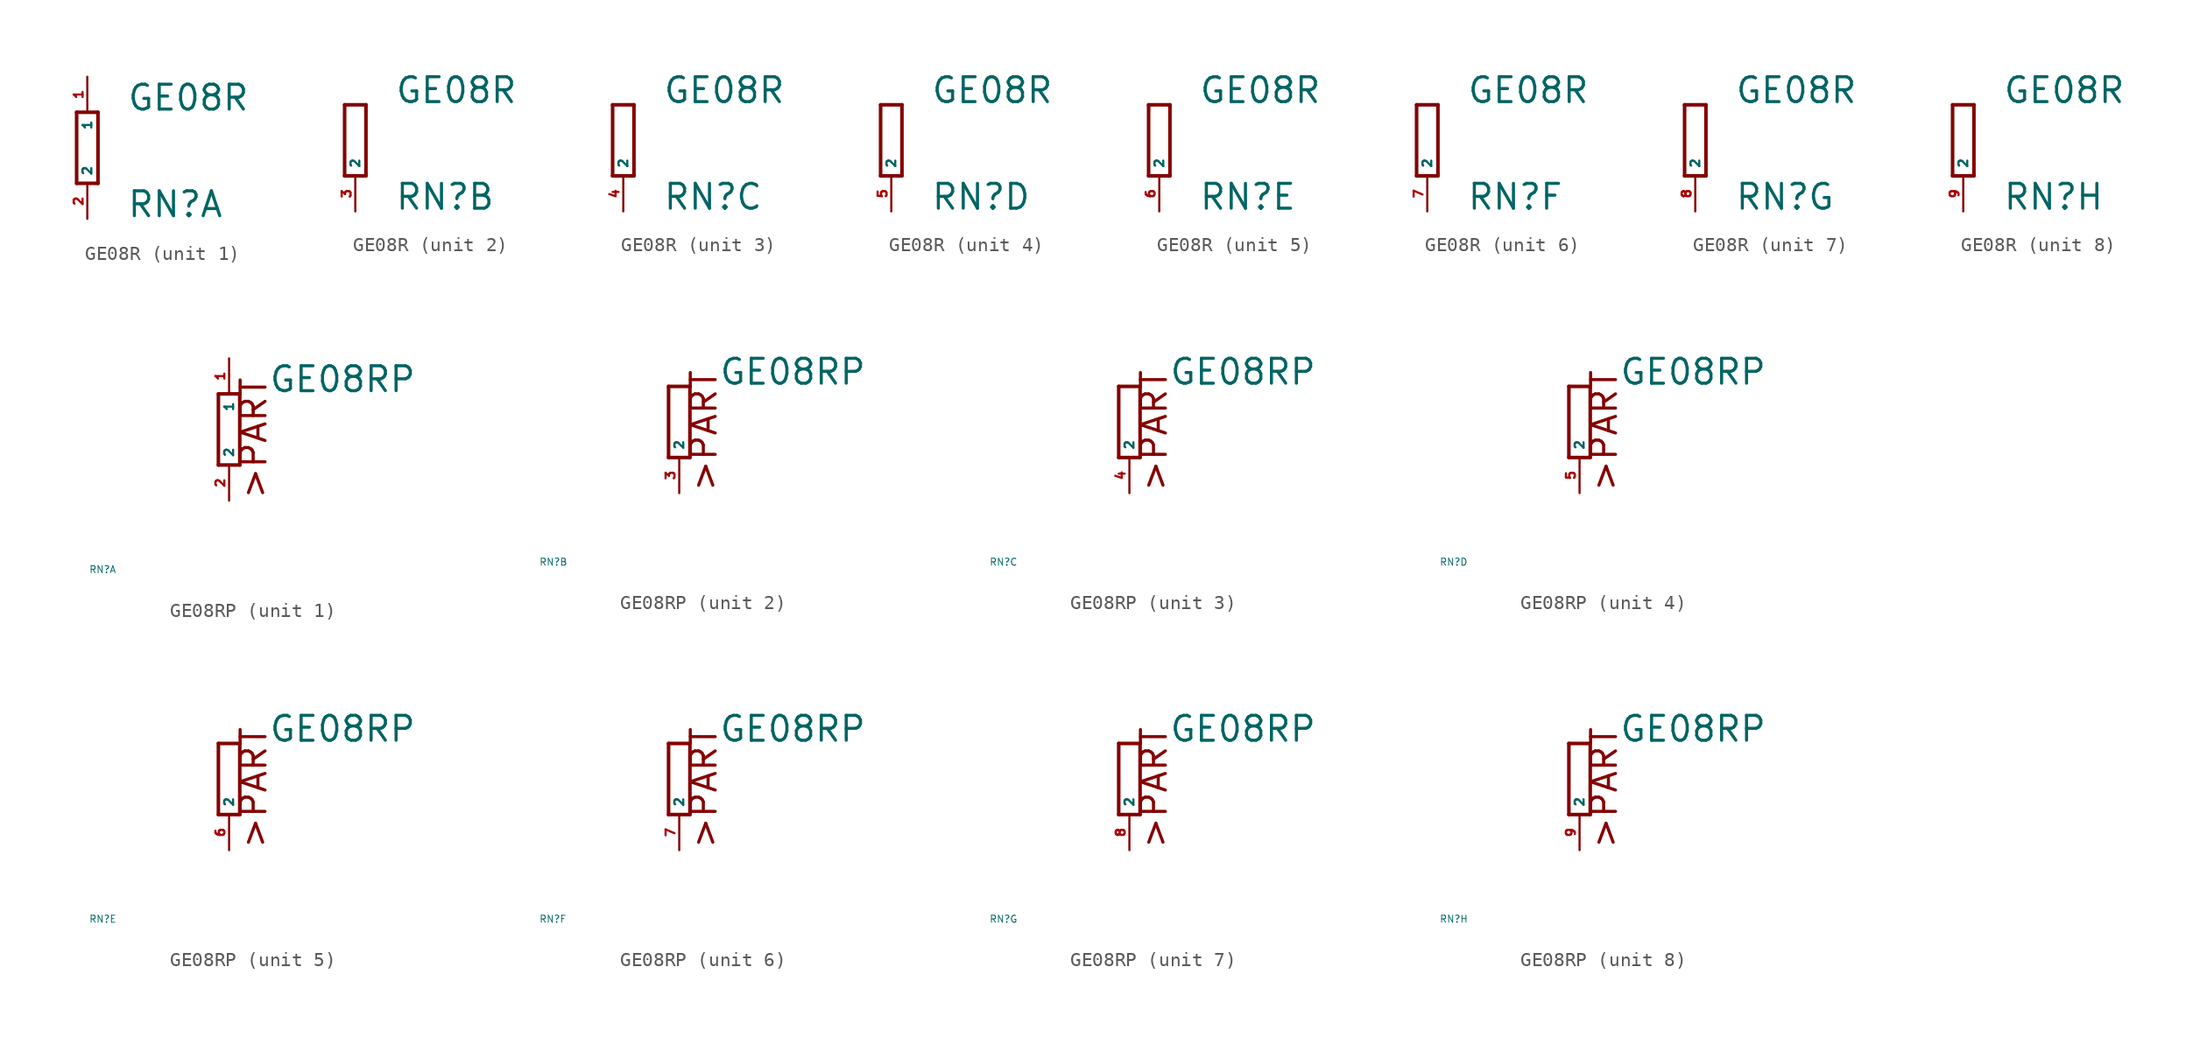
<source format=kicad_sym>
(kicad_symbol_lib
  (version 20220914)
  (generator Eagle2Kicad)
  (symbol "GE08R"
    (property "Reference" "RN"
      (at 2.794 -5.08 0)
      (effects (font (size 1.778 1.778) (thickness 0.22)) (justify left bottom)))
    (property "Value" "GE08R"
      (at 2.794 2.54 0)
      (effects (font (size 1.778 1.778) (thickness 0.22)) (justify left bottom)))
    (symbol "GE08R_1_0"
      (polyline (pts (xy 0.762 -2.54) (xy 0.762 2.54)) (stroke (width 0.254) (type default)) (fill (type none)))
      (polyline (pts (xy -0.762 2.54) (xy -0.762 -2.54)) (stroke (width 0.254) (type default)) (fill (type none)))
      (polyline (pts (xy 0.762 2.54) (xy -0.762 2.54)) (stroke (width 0.254) (type default)) (fill (type none)))
      (polyline (pts (xy -0.762 -2.54) (xy 0.762 -2.54)) (stroke (width 0.254) (type default)) (fill (type none)))
      (pin passive line (at 0 5.08 270) (length 2.54) (name "1" (effects (font (size 0.635 0.635) (thickness 0.08)) (justify left bottom))) (number "1" (effects (font (size 0.635 0.635) (thickness 0.08)) (justify left bottom))))
      (pin passive line (at 0 -5.08 90) (length 2.54) (name "2" (effects (font (size 0.635 0.635) (thickness 0.08)) (justify left bottom))) (number "2" (effects (font (size 0.635 0.635) (thickness 0.08)) (justify left bottom)))))
    (symbol "GE08R_2_0"
      (polyline (pts (xy -0.762 2.54) (xy -0.762 -2.54)) (stroke (width 0.254) (type default)) (fill (type none)))
      (polyline (pts (xy 0.762 -2.54) (xy 0.762 2.54)) (stroke (width 0.254) (type default)) (fill (type none)))
      (polyline (pts (xy -0.762 -2.54) (xy 0.762 -2.54)) (stroke (width 0.254) (type default)) (fill (type none)))
      (polyline (pts (xy 0.762 2.54) (xy -0.762 2.54)) (stroke (width 0.254) (type default)) (fill (type none)))
      (pin passive line (at 0 -5.08 90) (length 2.54) (name "2" (effects (font (size 0.635 0.635) (thickness 0.08)) (justify left bottom))) (number "3" (effects (font (size 0.635 0.635) (thickness 0.08)) (justify left bottom)))))
    (symbol "GE08R_3_0"
      (polyline (pts (xy -0.762 2.54) (xy -0.762 -2.54)) (stroke (width 0.254) (type default)) (fill (type none)))
      (polyline (pts (xy 0.762 -2.54) (xy 0.762 2.54)) (stroke (width 0.254) (type default)) (fill (type none)))
      (polyline (pts (xy -0.762 -2.54) (xy 0.762 -2.54)) (stroke (width 0.254) (type default)) (fill (type none)))
      (polyline (pts (xy 0.762 2.54) (xy -0.762 2.54)) (stroke (width 0.254) (type default)) (fill (type none)))
      (pin passive line (at 0 -5.08 90) (length 2.54) (name "2" (effects (font (size 0.635 0.635) (thickness 0.08)) (justify left bottom))) (number "4" (effects (font (size 0.635 0.635) (thickness 0.08)) (justify left bottom)))))
    (symbol "GE08R_4_0"
      (polyline (pts (xy -0.762 2.54) (xy -0.762 -2.54)) (stroke (width 0.254) (type default)) (fill (type none)))
      (polyline (pts (xy 0.762 -2.54) (xy 0.762 2.54)) (stroke (width 0.254) (type default)) (fill (type none)))
      (polyline (pts (xy -0.762 -2.54) (xy 0.762 -2.54)) (stroke (width 0.254) (type default)) (fill (type none)))
      (polyline (pts (xy 0.762 2.54) (xy -0.762 2.54)) (stroke (width 0.254) (type default)) (fill (type none)))
      (pin passive line (at 0 -5.08 90) (length 2.54) (name "2" (effects (font (size 0.635 0.635) (thickness 0.08)) (justify left bottom))) (number "5" (effects (font (size 0.635 0.635) (thickness 0.08)) (justify left bottom)))))
    (symbol "GE08R_5_0"
      (polyline (pts (xy -0.762 2.54) (xy -0.762 -2.54)) (stroke (width 0.254) (type default)) (fill (type none)))
      (polyline (pts (xy 0.762 -2.54) (xy 0.762 2.54)) (stroke (width 0.254) (type default)) (fill (type none)))
      (polyline (pts (xy -0.762 -2.54) (xy 0.762 -2.54)) (stroke (width 0.254) (type default)) (fill (type none)))
      (polyline (pts (xy 0.762 2.54) (xy -0.762 2.54)) (stroke (width 0.254) (type default)) (fill (type none)))
      (pin passive line (at 0 -5.08 90) (length 2.54) (name "2" (effects (font (size 0.635 0.635) (thickness 0.08)) (justify left bottom))) (number "6" (effects (font (size 0.635 0.635) (thickness 0.08)) (justify left bottom)))))
    (symbol "GE08R_6_0"
      (polyline (pts (xy -0.762 2.54) (xy -0.762 -2.54)) (stroke (width 0.254) (type default)) (fill (type none)))
      (polyline (pts (xy 0.762 -2.54) (xy 0.762 2.54)) (stroke (width 0.254) (type default)) (fill (type none)))
      (polyline (pts (xy -0.762 -2.54) (xy 0.762 -2.54)) (stroke (width 0.254) (type default)) (fill (type none)))
      (polyline (pts (xy 0.762 2.54) (xy -0.762 2.54)) (stroke (width 0.254) (type default)) (fill (type none)))
      (pin passive line (at 0 -5.08 90) (length 2.54) (name "2" (effects (font (size 0.635 0.635) (thickness 0.08)) (justify left bottom))) (number "7" (effects (font (size 0.635 0.635) (thickness 0.08)) (justify left bottom)))))
    (symbol "GE08R_7_0"
      (polyline (pts (xy -0.762 2.54) (xy -0.762 -2.54)) (stroke (width 0.254) (type default)) (fill (type none)))
      (polyline (pts (xy 0.762 -2.54) (xy 0.762 2.54)) (stroke (width 0.254) (type default)) (fill (type none)))
      (polyline (pts (xy -0.762 -2.54) (xy 0.762 -2.54)) (stroke (width 0.254) (type default)) (fill (type none)))
      (polyline (pts (xy 0.762 2.54) (xy -0.762 2.54)) (stroke (width 0.254) (type default)) (fill (type none)))
      (pin passive line (at 0 -5.08 90) (length 2.54) (name "2" (effects (font (size 0.635 0.635) (thickness 0.08)) (justify left bottom))) (number "8" (effects (font (size 0.635 0.635) (thickness 0.08)) (justify left bottom)))))
    (symbol "GE08R_8_0"
      (polyline (pts (xy -0.762 2.54) (xy -0.762 -2.54)) (stroke (width 0.254) (type default)) (fill (type none)))
      (polyline (pts (xy 0.762 -2.54) (xy 0.762 2.54)) (stroke (width 0.254) (type default)) (fill (type none)))
      (polyline (pts (xy -0.762 -2.54) (xy 0.762 -2.54)) (stroke (width 0.254) (type default)) (fill (type none)))
      (polyline (pts (xy 0.762 2.54) (xy -0.762 2.54)) (stroke (width 0.254) (type default)) (fill (type none)))
      (pin passive line (at 0 -5.08 90) (length 2.54) (name "2" (effects (font (size 0.635 0.635) (thickness 0.08)) (justify left bottom))) (number "9" (effects (font (size 0.635 0.635) (thickness 0.08)) (justify left bottom))))))
  (symbol "GE08RP"
    (property "Reference" "RN"
      (at -10 -10 0)
      (effects (font (size 0.5 0.5) (thickness 0.06)) (justify left)))
    (property "Value" "GE08RP"
      (at 2.794 2.54 0)
      (effects (font (size 1.778 1.778) (thickness 0.22)) (justify left bottom)))
    (symbol "GE08RP_1_0"
      (polyline (pts (xy 0.762 -2.54) (xy 0.762 2.54)) (stroke (width 0.254) (type default)) (fill (type none)))
      (polyline (pts (xy -0.762 2.54) (xy -0.762 -2.54)) (stroke (width 0.254) (type default)) (fill (type none)))
      (polyline (pts (xy 0.762 2.54) (xy -0.762 2.54)) (stroke (width 0.254) (type default)) (fill (type none)))
      (polyline (pts (xy -0.762 -2.54) (xy 0.762 -2.54)) (stroke (width 0.254) (type default)) (fill (type none)))
      (text ">PART" (at 2.794 -5.08 900) (effects (font (size 1.778 1.778) (thickness 0.22)) (justify left bottom)))
      (pin passive line (at 0 5.08 270) (length 2.54) (name "1" (effects (font (size 0.635 0.635) (thickness 0.08)) (justify left bottom))) (number "1" (effects (font (size 0.635 0.635) (thickness 0.08)) (justify left bottom))))
      (pin passive line (at 0 -5.08 90) (length 2.54) (name "2" (effects (font (size 0.635 0.635) (thickness 0.08)) (justify left bottom))) (number "2" (effects (font (size 0.635 0.635) (thickness 0.08)) (justify left bottom)))))
    (symbol "GE08RP_2_0"
      (polyline (pts (xy -0.762 2.54) (xy -0.762 -2.54)) (stroke (width 0.254) (type default)) (fill (type none)))
      (polyline (pts (xy 0.762 -2.54) (xy 0.762 2.54)) (stroke (width 0.254) (type default)) (fill (type none)))
      (polyline (pts (xy -0.762 -2.54) (xy 0.762 -2.54)) (stroke (width 0.254) (type default)) (fill (type none)))
      (polyline (pts (xy 0.762 2.54) (xy -0.762 2.54)) (stroke (width 0.254) (type default)) (fill (type none)))
      (text ">PART" (at 2.794 -5.08 900) (effects (font (size 1.778 1.778) (thickness 0.22)) (justify left bottom)))
      (pin passive line (at 0 -5.08 90) (length 2.54) (name "2" (effects (font (size 0.635 0.635) (thickness 0.08)) (justify left bottom))) (number "3" (effects (font (size 0.635 0.635) (thickness 0.08)) (justify left bottom)))))
    (symbol "GE08RP_3_0"
      (polyline (pts (xy -0.762 2.54) (xy -0.762 -2.54)) (stroke (width 0.254) (type default)) (fill (type none)))
      (polyline (pts (xy 0.762 -2.54) (xy 0.762 2.54)) (stroke (width 0.254) (type default)) (fill (type none)))
      (polyline (pts (xy -0.762 -2.54) (xy 0.762 -2.54)) (stroke (width 0.254) (type default)) (fill (type none)))
      (polyline (pts (xy 0.762 2.54) (xy -0.762 2.54)) (stroke (width 0.254) (type default)) (fill (type none)))
      (text ">PART" (at 2.794 -5.08 900) (effects (font (size 1.778 1.778) (thickness 0.22)) (justify left bottom)))
      (pin passive line (at 0 -5.08 90) (length 2.54) (name "2" (effects (font (size 0.635 0.635) (thickness 0.08)) (justify left bottom))) (number "4" (effects (font (size 0.635 0.635) (thickness 0.08)) (justify left bottom)))))
    (symbol "GE08RP_4_0"
      (polyline (pts (xy -0.762 2.54) (xy -0.762 -2.54)) (stroke (width 0.254) (type default)) (fill (type none)))
      (polyline (pts (xy 0.762 -2.54) (xy 0.762 2.54)) (stroke (width 0.254) (type default)) (fill (type none)))
      (polyline (pts (xy -0.762 -2.54) (xy 0.762 -2.54)) (stroke (width 0.254) (type default)) (fill (type none)))
      (polyline (pts (xy 0.762 2.54) (xy -0.762 2.54)) (stroke (width 0.254) (type default)) (fill (type none)))
      (text ">PART" (at 2.794 -5.08 900) (effects (font (size 1.778 1.778) (thickness 0.22)) (justify left bottom)))
      (pin passive line (at 0 -5.08 90) (length 2.54) (name "2" (effects (font (size 0.635 0.635) (thickness 0.08)) (justify left bottom))) (number "5" (effects (font (size 0.635 0.635) (thickness 0.08)) (justify left bottom)))))
    (symbol "GE08RP_5_0"
      (polyline (pts (xy -0.762 2.54) (xy -0.762 -2.54)) (stroke (width 0.254) (type default)) (fill (type none)))
      (polyline (pts (xy 0.762 -2.54) (xy 0.762 2.54)) (stroke (width 0.254) (type default)) (fill (type none)))
      (polyline (pts (xy -0.762 -2.54) (xy 0.762 -2.54)) (stroke (width 0.254) (type default)) (fill (type none)))
      (polyline (pts (xy 0.762 2.54) (xy -0.762 2.54)) (stroke (width 0.254) (type default)) (fill (type none)))
      (text ">PART" (at 2.794 -5.08 900) (effects (font (size 1.778 1.778) (thickness 0.22)) (justify left bottom)))
      (pin passive line (at 0 -5.08 90) (length 2.54) (name "2" (effects (font (size 0.635 0.635) (thickness 0.08)) (justify left bottom))) (number "6" (effects (font (size 0.635 0.635) (thickness 0.08)) (justify left bottom)))))
    (symbol "GE08RP_6_0"
      (polyline (pts (xy -0.762 2.54) (xy -0.762 -2.54)) (stroke (width 0.254) (type default)) (fill (type none)))
      (polyline (pts (xy 0.762 -2.54) (xy 0.762 2.54)) (stroke (width 0.254) (type default)) (fill (type none)))
      (polyline (pts (xy -0.762 -2.54) (xy 0.762 -2.54)) (stroke (width 0.254) (type default)) (fill (type none)))
      (polyline (pts (xy 0.762 2.54) (xy -0.762 2.54)) (stroke (width 0.254) (type default)) (fill (type none)))
      (text ">PART" (at 2.794 -5.08 900) (effects (font (size 1.778 1.778) (thickness 0.22)) (justify left bottom)))
      (pin passive line (at 0 -5.08 90) (length 2.54) (name "2" (effects (font (size 0.635 0.635) (thickness 0.08)) (justify left bottom))) (number "7" (effects (font (size 0.635 0.635) (thickness 0.08)) (justify left bottom)))))
    (symbol "GE08RP_7_0"
      (polyline (pts (xy -0.762 2.54) (xy -0.762 -2.54)) (stroke (width 0.254) (type default)) (fill (type none)))
      (polyline (pts (xy 0.762 -2.54) (xy 0.762 2.54)) (stroke (width 0.254) (type default)) (fill (type none)))
      (polyline (pts (xy -0.762 -2.54) (xy 0.762 -2.54)) (stroke (width 0.254) (type default)) (fill (type none)))
      (polyline (pts (xy 0.762 2.54) (xy -0.762 2.54)) (stroke (width 0.254) (type default)) (fill (type none)))
      (text ">PART" (at 2.794 -5.08 900) (effects (font (size 1.778 1.778) (thickness 0.22)) (justify left bottom)))
      (pin passive line (at 0 -5.08 90) (length 2.54) (name "2" (effects (font (size 0.635 0.635) (thickness 0.08)) (justify left bottom))) (number "8" (effects (font (size 0.635 0.635) (thickness 0.08)) (justify left bottom)))))
    (symbol "GE08RP_8_0"
      (polyline (pts (xy -0.762 2.54) (xy -0.762 -2.54)) (stroke (width 0.254) (type default)) (fill (type none)))
      (polyline (pts (xy 0.762 -2.54) (xy 0.762 2.54)) (stroke (width 0.254) (type default)) (fill (type none)))
      (polyline (pts (xy -0.762 -2.54) (xy 0.762 -2.54)) (stroke (width 0.254) (type default)) (fill (type none)))
      (polyline (pts (xy 0.762 2.54) (xy -0.762 2.54)) (stroke (width 0.254) (type default)) (fill (type none)))
      (text ">PART" (at 2.794 -5.08 900) (effects (font (size 1.778 1.778) (thickness 0.22)) (justify left bottom)))
      (pin passive line (at 0 -5.08 90) (length 2.54) (name "2" (effects (font (size 0.635 0.635) (thickness 0.08)) (justify left bottom))) (number "9" (effects (font (size 0.635 0.635) (thickness 0.08)) (justify left bottom)))))))
</source>
